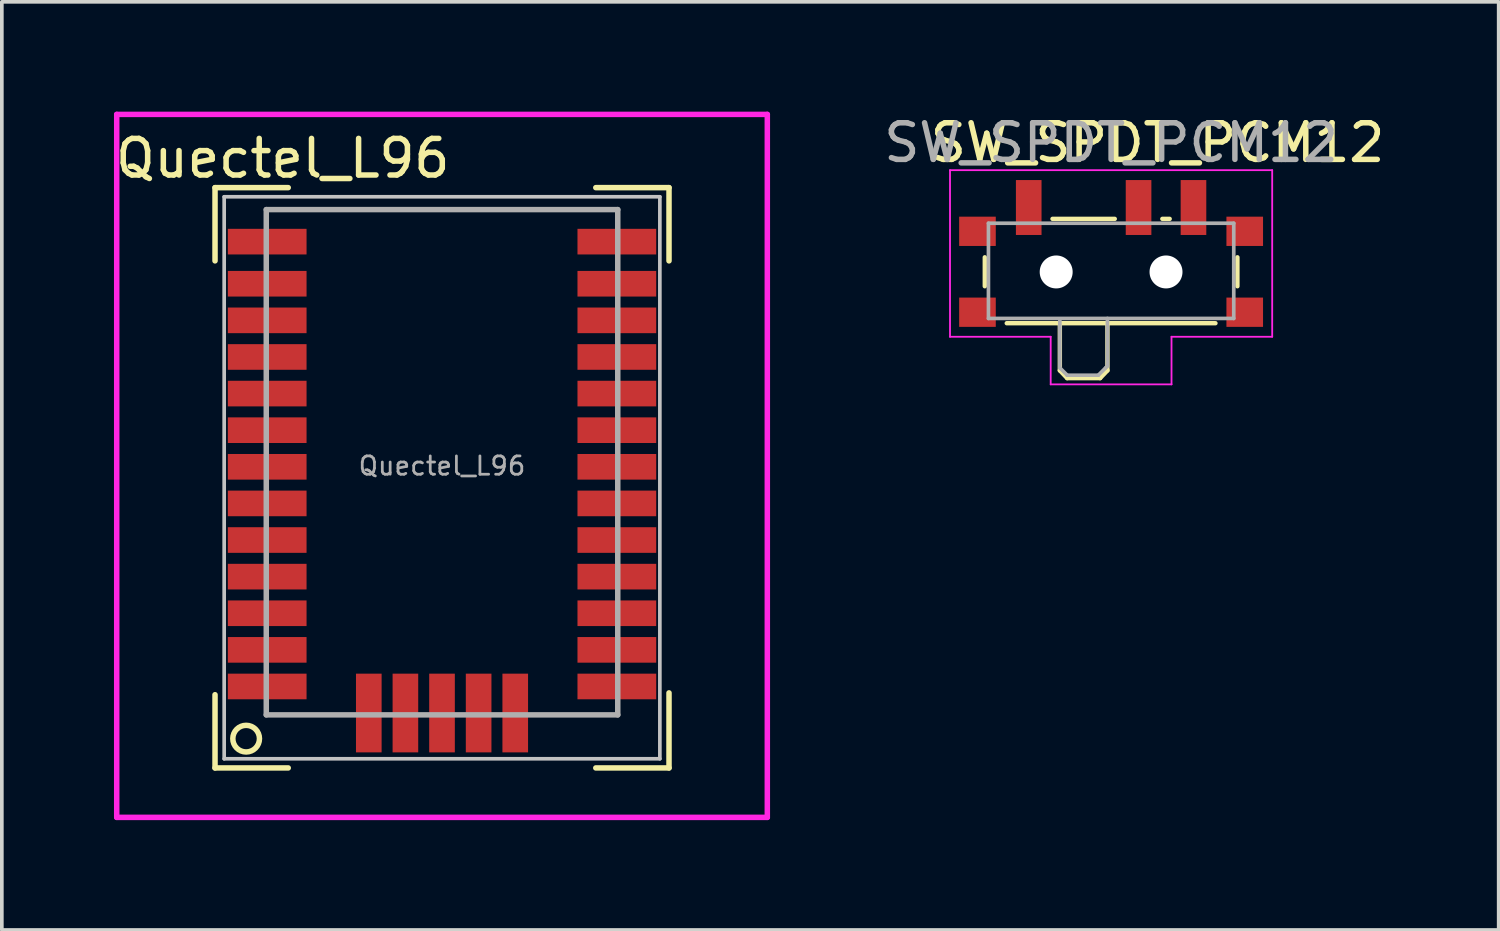
<source format=kicad_pcb>
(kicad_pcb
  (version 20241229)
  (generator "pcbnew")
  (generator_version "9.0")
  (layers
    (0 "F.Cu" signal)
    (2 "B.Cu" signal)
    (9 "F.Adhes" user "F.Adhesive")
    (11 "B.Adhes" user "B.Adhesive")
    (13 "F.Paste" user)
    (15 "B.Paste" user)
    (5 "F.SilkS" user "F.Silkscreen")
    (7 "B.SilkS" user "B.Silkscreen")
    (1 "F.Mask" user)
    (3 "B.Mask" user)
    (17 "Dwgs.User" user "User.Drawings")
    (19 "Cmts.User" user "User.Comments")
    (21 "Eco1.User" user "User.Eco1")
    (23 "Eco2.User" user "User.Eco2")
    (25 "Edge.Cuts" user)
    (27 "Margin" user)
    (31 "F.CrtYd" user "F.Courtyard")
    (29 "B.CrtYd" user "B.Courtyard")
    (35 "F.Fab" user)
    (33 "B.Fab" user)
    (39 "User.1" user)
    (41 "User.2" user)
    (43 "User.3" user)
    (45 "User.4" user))
  (footprint "Quectel_L96"
    (layer "F.Cu")
    (at 9.023 9.675)
    (property "Reference" "Quectel_L96" (at -4.35 -8.4 0) (layer "F.SilkS") (effects (font (size 1 1) (thickness 0.15))))
    (attr smd)
    (fp_line (start -6.2 -7.6) (end -6.2 -5.6) (stroke (width 0.15) (type solid)) (layer "F.SilkS"))
    (fp_line (start -6.2 6.25) (end -6.2 8.25) (stroke (width 0.15) (type solid)) (layer "F.SilkS"))
    (fp_line (start -6.2 8.25) (end -4.2 8.25) (stroke (width 0.15) (type solid)) (layer "F.SilkS"))
    (fp_line (start -4.2 -7.6) (end -6.2 -7.6) (stroke (width 0.15) (type solid)) (layer "F.SilkS"))
    (fp_line (start 4.2 8.25) (end 6.2 8.25) (stroke (width 0.15) (type solid)) (layer "F.SilkS"))
    (fp_line (start 6.2 -7.6) (end 4.2 -7.6) (stroke (width 0.15) (type solid)) (layer "F.SilkS"))
    (fp_line (start 6.2 -5.6) (end 6.2 -7.6) (stroke (width 0.15) (type solid)) (layer "F.SilkS"))
    (fp_line (start 6.2 8.25) (end 6.2 6.2) (stroke (width 0.15) (type solid)) (layer "F.SilkS"))
    (fp_circle (center -5.35 7.45) (end -5 7.55) (stroke (width 0.15) (type solid)) (fill no) (layer "F.SilkS"))
    (fp_line (start -5.95 -7.35) (end 5.95 -7.35) (stroke (width 0.1) (type solid)) (layer "Dwgs.User"))
    (fp_line (start -5.95 8) (end -5.95 -7.35) (stroke (width 0.1) (type solid)) (layer "Dwgs.User"))
    (fp_line (start -5.95 8) (end 5.95 8) (stroke (width 0.1) (type solid)) (layer "Dwgs.User"))
    (fp_line (start 5.95 8) (end 5.95 -7.35) (stroke (width 0.1) (type solid)) (layer "Dwgs.User"))
    (fp_line (start -8.885 -9.6) (end 8.885 -9.6) (stroke (width 0.15) (type solid)) (layer "F.CrtYd"))
    (fp_line (start -8.885 9.6) (end -8.885 -9.6) (stroke (width 0.15) (type solid)) (layer "F.CrtYd"))
    (fp_line (start -8.885 9.6) (end 8.885 9.6) (stroke (width 0.15) (type solid)) (layer "F.CrtYd"))
    (fp_line (start 8.885 9.6) (end 8.885 -9.6) (stroke (width 0.15) (type solid)) (layer "F.CrtYd"))
    (fp_line (start -4.8 -7) (end 4.8 -7) (stroke (width 0.15) (type solid)) (layer "F.Fab"))
    (fp_line (start -4.8 6.8) (end -4.8 -7) (stroke (width 0.15) (type solid)) (layer "F.Fab"))
    (fp_line (start -4.8 6.8) (end 4.8 6.8) (stroke (width 0.15) (type solid)) (layer "F.Fab"))
    (fp_line (start 4.8 6.8) (end 4.8 -7) (stroke (width 0.15) (type solid)) (layer "F.Fab"))
    (fp_text user "${REFERENCE}" (at 0 0 0) (layer "F.Fab") (effects (font (size 0.5 0.5) (thickness 0.075))))
    (pad "1" smd rect (at -4.775 6.025 180) (size 2.15 0.7) (layers "F.Cu" "F.Mask" "F.Paste"))
    (pad "2" smd rect (at -4.775 5.025 180) (size 2.15 0.7) (layers "F.Cu" "F.Mask" "F.Paste"))
    (pad "3" smd rect (at -4.775 4.025 180) (size 2.15 0.7) (layers "F.Cu" "F.Mask" "F.Paste"))
    (pad "4" smd rect (at -4.775 3.025 180) (size 2.15 0.7) (layers "F.Cu" "F.Mask" "F.Paste"))
    (pad "5" smd rect (at -4.775 2.025 180) (size 2.15 0.7) (layers "F.Cu" "F.Mask" "F.Paste"))
    (pad "6" smd rect (at -4.775 1.025 180) (size 2.15 0.7) (layers "F.Cu" "F.Mask" "F.Paste"))
    (pad "7" smd rect (at -4.775 0.025 180) (size 2.15 0.7) (layers "F.Cu" "F.Mask" "F.Paste"))
    (pad "8" smd rect (at -4.775 -0.975 180) (size 2.15 0.7) (layers "F.Cu" "F.Mask" "F.Paste"))
    (pad "9" smd rect (at -4.775 -1.975 180) (size 2.15 0.7) (layers "F.Cu" "F.Mask" "F.Paste"))
    (pad "10" smd rect (at -4.775 -2.975 180) (size 2.15 0.7) (layers "F.Cu" "F.Mask" "F.Paste"))
    (pad "11" smd rect (at -4.775 -3.975 180) (size 2.15 0.7) (layers "F.Cu" "F.Mask" "F.Paste"))
    (pad "12" smd rect (at -4.775 -4.975 180) (size 2.15 0.7) (layers "F.Cu" "F.Mask" "F.Paste"))
    (pad "13" smd rect (at -4.775 -6.125 180) (size 2.15 0.7) (layers "F.Cu" "F.Mask" "F.Paste"))
    (pad "14" smd rect (at 4.775 -6.125 180) (size 2.15 0.7) (layers "F.Cu" "F.Mask" "F.Paste"))
    (pad "15" smd rect (at 4.775 -4.975 180) (size 2.15 0.7) (layers "F.Cu" "F.Mask" "F.Paste"))
    (pad "16" smd rect (at 4.775 -3.975 180) (size 2.15 0.7) (layers "F.Cu" "F.Mask" "F.Paste"))
    (pad "17" smd rect (at 4.775 -2.975 180) (size 2.15 0.7) (layers "F.Cu" "F.Mask" "F.Paste"))
    (pad "18" smd rect (at 4.775 -1.975 180) (size 2.15 0.7) (layers "F.Cu" "F.Mask" "F.Paste"))
    (pad "19" smd rect (at 4.775 -0.975 180) (size 2.15 0.7) (layers "F.Cu" "F.Mask" "F.Paste"))
    (pad "20" smd rect (at 4.775 0.025 180) (size 2.15 0.7) (layers "F.Cu" "F.Mask" "F.Paste"))
    (pad "21" smd rect (at 4.775 1.025 180) (size 2.15 0.7) (layers "F.Cu" "F.Mask" "F.Paste"))
    (pad "22" smd rect (at 4.775 2.025 180) (size 2.15 0.7) (layers "F.Cu" "F.Mask" "F.Paste"))
    (pad "23" smd rect (at 4.775 3.025 180) (size 2.15 0.7) (layers "F.Cu" "F.Mask" "F.Paste"))
    (pad "24" smd rect (at 4.775 4.025 180) (size 2.15 0.7) (layers "F.Cu" "F.Mask" "F.Paste"))
    (pad "25" smd rect (at 4.775 5.025 180) (size 2.15 0.7) (layers "F.Cu" "F.Mask" "F.Paste"))
    (pad "26" smd rect (at 4.775 6.025 180) (size 2.15 0.7) (layers "F.Cu" "F.Mask" "F.Paste"))
    (pad "27" smd rect (at 2 6.75 90) (size 2.15 0.7) (layers "F.Cu" "F.Mask" "F.Paste"))
    (pad "28" smd rect (at 1 6.75 90) (size 2.15 0.7) (layers "F.Cu" "F.Mask" "F.Paste"))
    (pad "29" smd rect (at 0 6.75 90) (size 2.15 0.7) (layers "F.Cu" "F.Mask" "F.Paste"))
    (pad "30" smd rect (at -1 6.75 90) (size 2.15 0.7) (layers "F.Cu" "F.Mask" "F.Paste"))
    (pad "31" smd rect (at -2 6.75 90) (size 2.15 0.7) (layers "F.Cu" "F.Mask" "F.Paste")))
  (footprint "SW_SPDT_PCM12"
    (layer "F.Cu")
    (at 27.298 4.048)
    (property "Reference" "SW_SPDT_PCM12" (at 1.27 -3.2 0) (layer "F.SilkS") (effects (font (size 1 1) (thickness 0.15))))
    (attr smd)
    (fp_line (start -3.45 -0.07) (end -3.45 0.72) (stroke (width 0.12) (type solid)) (layer "F.SilkS"))
    (fp_line (start -2.85 1.73) (end 2.85 1.73) (stroke (width 0.12) (type solid)) (layer "F.SilkS"))
    (fp_line (start -1.6 -1.12) (end 0.1 -1.12) (stroke (width 0.12) (type solid)) (layer "F.SilkS"))
    (fp_line (start -1.4 1.73) (end -1.4 3.02) (stroke (width 0.12) (type solid)) (layer "F.SilkS"))
    (fp_line (start -1.4 3.02) (end -1.2 3.23) (stroke (width 0.12) (type solid)) (layer "F.SilkS"))
    (fp_line (start -1.2 3.23) (end -0.3 3.23) (stroke (width 0.12) (type solid)) (layer "F.SilkS"))
    (fp_line (start -0.1 3.02) (end -0.3 3.23) (stroke (width 0.12) (type solid)) (layer "F.SilkS"))
    (fp_line (start -0.1 3.02) (end -0.1 1.73) (stroke (width 0.12) (type solid)) (layer "F.SilkS"))
    (fp_line (start 1.4 -1.12) (end 1.6 -1.12) (stroke (width 0.12) (type solid)) (layer "F.SilkS"))
    (fp_line (start 3.45 0.72) (end 3.45 -0.07) (stroke (width 0.12) (type solid)) (layer "F.SilkS"))
    (fp_line (start -4.4 -2.45) (end 4.4 -2.45) (stroke (width 0.05) (type solid)) (layer "F.CrtYd"))
    (fp_line (start -4.4 2.1) (end -4.4 -2.45) (stroke (width 0.05) (type solid)) (layer "F.CrtYd"))
    (fp_line (start -1.65 2.1) (end -4.4 2.1) (stroke (width 0.05) (type solid)) (layer "F.CrtYd"))
    (fp_line (start -1.65 3.4) (end -1.65 2.1) (stroke (width 0.05) (type solid)) (layer "F.CrtYd"))
    (fp_line (start 1.65 2.1) (end 1.65 3.4) (stroke (width 0.05) (type solid)) (layer "F.CrtYd"))
    (fp_line (start 1.65 3.4) (end -1.65 3.4) (stroke (width 0.05) (type solid)) (layer "F.CrtYd"))
    (fp_line (start 4.4 -2.45) (end 4.4 2.1) (stroke (width 0.05) (type solid)) (layer "F.CrtYd"))
    (fp_line (start 4.4 2.1) (end 1.65 2.1) (stroke (width 0.05) (type solid)) (layer "F.CrtYd"))
    (fp_line (start -3.35 -1) (end -3.35 1.6) (stroke (width 0.1) (type solid)) (layer "F.Fab"))
    (fp_line (start -3.35 1.6) (end 3.35 1.6) (stroke (width 0.1) (type solid)) (layer "F.Fab"))
    (fp_line (start -1.4 1.65) (end -1.4 2.95) (stroke (width 0.1) (type solid)) (layer "F.Fab"))
    (fp_line (start -1.4 2.95) (end -1.2 3.15) (stroke (width 0.1) (type solid)) (layer "F.Fab"))
    (fp_line (start -1.2 3.15) (end -0.35 3.15) (stroke (width 0.1) (type solid)) (layer "F.Fab"))
    (fp_line (start -0.35 3.15) (end -0.15 2.95) (stroke (width 0.1) (type solid)) (layer "F.Fab"))
    (fp_line (start -0.15 2.95) (end -0.1 2.9) (stroke (width 0.1) (type solid)) (layer "F.Fab"))
    (fp_line (start -0.1 2.9) (end -0.1 1.6) (stroke (width 0.1) (type solid)) (layer "F.Fab"))
    (fp_line (start 3.35 -1) (end -3.35 -1) (stroke (width 0.1) (type solid)) (layer "F.Fab"))
    (fp_line (start 3.35 1.6) (end 3.35 -1) (stroke (width 0.1) (type solid)) (layer "F.Fab"))
    (fp_text user "${REFERENCE}" (at 0 -3.2 0) (layer "F.Fab") (effects (font (size 1 1) (thickness 0.15))))
    (pad "" smd rect (at -3.65 -0.78) (size 1 0.8) (layers "F.Cu" "F.Mask" "F.Paste"))
    (pad "" smd rect (at -3.65 1.43) (size 1 0.8) (layers "F.Cu" "F.Mask" "F.Paste"))
    (pad "" np_thru_hole circle (at -1.5 0.33) (size 0.9 0.9) (drill 0.9) (layers "*.Cu" "*.Mask"))
    (pad "" np_thru_hole circle (at 1.5 0.33) (size 0.9 0.9) (drill 0.9) (layers "*.Cu" "*.Mask"))
    (pad "" smd rect (at 3.65 -0.78) (size 1 0.8) (layers "F.Cu" "F.Mask" "F.Paste"))
    (pad "" smd rect (at 3.65 1.43) (size 1 0.8) (layers "F.Cu" "F.Mask" "F.Paste"))
    (pad "1" smd rect (at -2.25 -1.43) (size 0.7 1.5) (layers "F.Cu" "F.Mask" "F.Paste"))
    (pad "2" smd rect (at 0.75 -1.43) (size 0.7 1.5) (layers "F.Cu" "F.Mask" "F.Paste"))
    (pad "3" smd rect (at 2.25 -1.43) (size 0.7 1.5) (layers "F.Cu" "F.Mask" "F.Paste")))
  (gr_rect
    (start -3 -3)
    (end 37.884 22.35)
    (stroke (width 0.1) (type default))
    (fill no)
    (layer "Edge.Cuts")))
</source>
